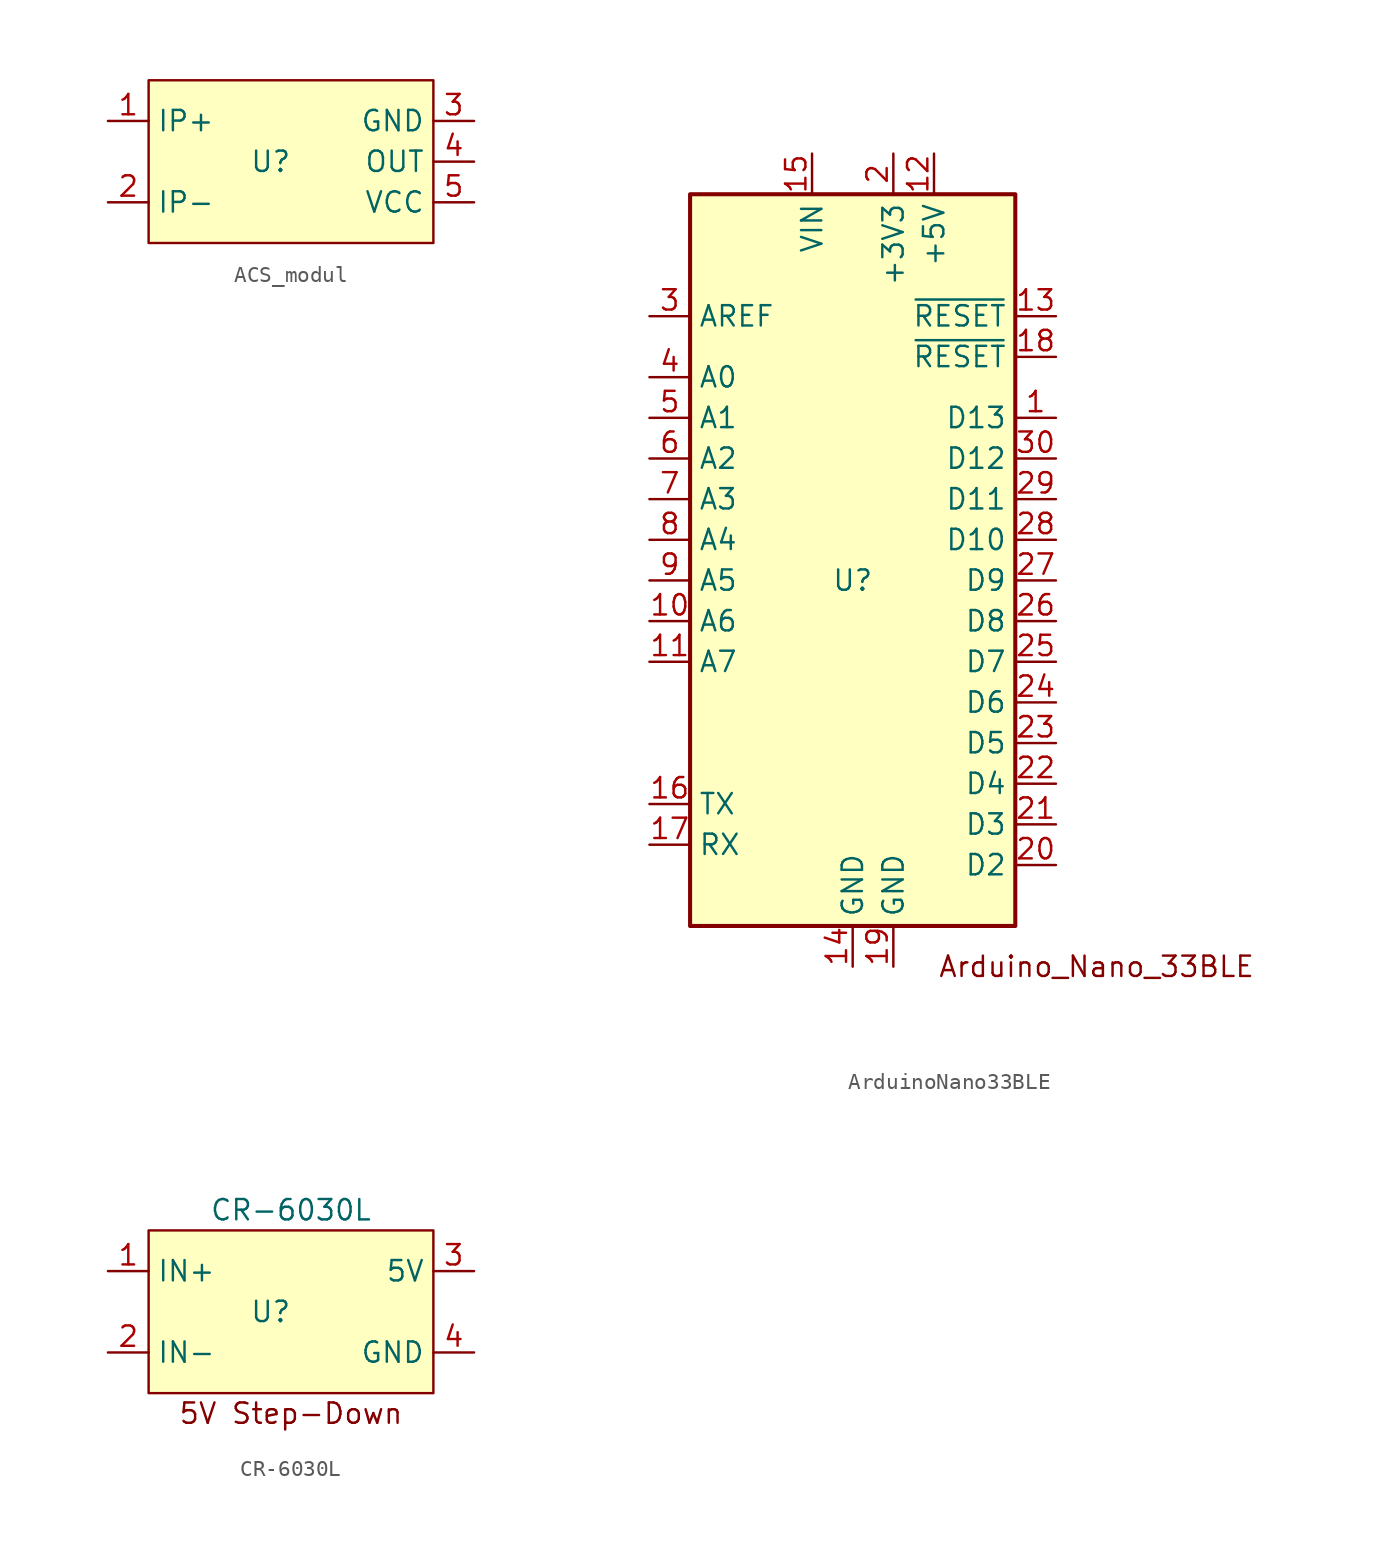
<source format=kicad_sym>
(kicad_symbol_lib
  (version 20220914)
  (generator kicad_symbol_editor)
  (symbol "ACS_modul"
    (property "Reference" "U"
      (at 0 0 0)
      (effects (font (size 1.27 1.27))))
    (property "Value" ""
      (at 0 0 0)
      (effects (font (size 1.27 1.27))))
    (symbol "ACS_modul_1_1"
      (rectangle (start -7.62 5.08) (end 10.16 -5.08) (stroke (width 0) (type default)) (fill (type background)))
      (pin bidirectional line (at -10.16 2.54 0) (length 2.54) (name "IP+" (effects (font (size 1.27 1.27)))) (number "1" (effects (font (size 1.27 1.27)))))
      (pin bidirectional line (at -10.16 -2.54 0) (length 2.54) (name "IP-" (effects (font (size 1.27 1.27)))) (number "2" (effects (font (size 1.27 1.27)))))
      (pin power_in line (at 12.7 2.54 180) (length 2.54) (name "GND" (effects (font (size 1.27 1.27)))) (number "3" (effects (font (size 1.27 1.27)))))
      (pin output line (at 12.7 0 180) (length 2.54) (name "OUT" (effects (font (size 1.27 1.27)))) (number "4" (effects (font (size 1.27 1.27)))))
      (pin power_in line (at 12.7 -2.54 180) (length 2.54) (name "VCC" (effects (font (size 1.27 1.27)))) (number "5" (effects (font (size 1.27 1.27)))))))
  (symbol "ArduinoNano33BLE"
    (property "Reference" "U"
      (at 0 -1.27 0)
      (effects (font (size 1.27 1.27))))
    (property "Value" ""
      (at 0 -1.27 0)
      (effects (font (size 1.27 1.27))))
    (symbol "ArduinoNano33BLE_0_1"
      (rectangle (start -10.16 22.86) (end 10.16 -22.86) (stroke (width 0.254) (type default)) (fill (type background))))
    (symbol "ArduinoNano33BLE_1_1"
      (text "Arduino_Nano_33BLE" (at 15.24 -25.4 0) (effects (font (size 1.27 1.27))))
      (pin bidirectional line (at 12.7 8.89 180) (length 2.54) (name "D13" (effects (font (size 1.27 1.27)))) (number "1" (effects (font (size 1.27 1.27)))))
      (pin input line (at -12.7 -3.81 0) (length 2.54) (name "A6" (effects (font (size 1.27 1.27)))) (number "10" (effects (font (size 1.27 1.27)))))
      (pin input line (at -12.7 -6.35 0) (length 2.54) (name "A7" (effects (font (size 1.27 1.27)))) (number "11" (effects (font (size 1.27 1.27)))))
      (pin power_in line (at 5.08 25.4 270) (length 2.54) (name "+5V" (effects (font (size 1.27 1.27)))) (number "12" (effects (font (size 1.27 1.27)))))
      (pin input line (at 12.7 15.24 180) (length 2.54) (name "~{RESET}" (effects (font (size 1.27 1.27)))) (number "13" (effects (font (size 1.27 1.27)))))
      (pin power_in line (at 0 -25.4 90) (length 2.54) (name "GND" (effects (font (size 1.27 1.27)))) (number "14" (effects (font (size 1.27 1.27)))))
      (pin power_in line (at -2.54 25.4 270) (length 2.54) (name "VIN" (effects (font (size 1.27 1.27)))) (number "15" (effects (font (size 1.27 1.27)))))
      (pin output line (at -12.7 -15.24 0) (length 2.54) (name "TX" (effects (font (size 1.27 1.27)))) (number "16" (effects (font (size 1.27 1.27)))))
      (pin input line (at -12.7 -17.78 0) (length 2.54) (name "RX" (effects (font (size 1.27 1.27)))) (number "17" (effects (font (size 1.27 1.27)))))
      (pin input line (at 12.7 12.7 180) (length 2.54) (name "~{RESET}" (effects (font (size 1.27 1.27)))) (number "18" (effects (font (size 1.27 1.27)))))
      (pin power_in line (at 2.54 -25.4 90) (length 2.54) (name "GND" (effects (font (size 1.27 1.27)))) (number "19" (effects (font (size 1.27 1.27)))))
      (pin power_out line (at 2.54 25.4 270) (length 2.54) (name "+3V3" (effects (font (size 1.27 1.27)))) (number "2" (effects (font (size 1.27 1.27)))))
      (pin bidirectional line (at 12.7 -19.05 180) (length 2.54) (name "D2" (effects (font (size 1.27 1.27)))) (number "20" (effects (font (size 1.27 1.27)))))
      (pin bidirectional line (at 12.7 -16.51 180) (length 2.54) (name "D3" (effects (font (size 1.27 1.27)))) (number "21" (effects (font (size 1.27 1.27)))))
      (pin bidirectional line (at 12.7 -13.97 180) (length 2.54) (name "D4" (effects (font (size 1.27 1.27)))) (number "22" (effects (font (size 1.27 1.27)))))
      (pin bidirectional line (at 12.7 -11.43 180) (length 2.54) (name "D5" (effects (font (size 1.27 1.27)))) (number "23" (effects (font (size 1.27 1.27)))))
      (pin bidirectional line (at 12.7 -8.89 180) (length 2.54) (name "D6" (effects (font (size 1.27 1.27)))) (number "24" (effects (font (size 1.27 1.27)))))
      (pin bidirectional line (at 12.7 -6.35 180) (length 2.54) (name "D7" (effects (font (size 1.27 1.27)))) (number "25" (effects (font (size 1.27 1.27)))))
      (pin bidirectional line (at 12.7 -3.81 180) (length 2.54) (name "D8" (effects (font (size 1.27 1.27)))) (number "26" (effects (font (size 1.27 1.27)))))
      (pin bidirectional line (at 12.7 -1.27 180) (length 2.54) (name "D9" (effects (font (size 1.27 1.27)))) (number "27" (effects (font (size 1.27 1.27)))))
      (pin bidirectional line (at 12.7 1.27 180) (length 2.54) (name "D10" (effects (font (size 1.27 1.27)))) (number "28" (effects (font (size 1.27 1.27)))))
      (pin bidirectional line (at 12.7 3.81 180) (length 2.54) (name "D11" (effects (font (size 1.27 1.27)))) (number "29" (effects (font (size 1.27 1.27)))))
      (pin output line (at -12.7 15.24 0) (length 2.54) (name "AREF" (effects (font (size 1.27 1.27)))) (number "3" (effects (font (size 1.27 1.27)))))
      (pin bidirectional line (at 12.7 6.35 180) (length 2.54) (name "D12" (effects (font (size 1.27 1.27)))) (number "30" (effects (font (size 1.27 1.27)))))
      (pin input line (at -12.7 11.43 0) (length 2.54) (name "A0" (effects (font (size 1.27 1.27)))) (number "4" (effects (font (size 1.27 1.27)))))
      (pin input line (at -12.7 8.89 0) (length 2.54) (name "A1" (effects (font (size 1.27 1.27)))) (number "5" (effects (font (size 1.27 1.27)))))
      (pin input line (at -12.7 6.35 0) (length 2.54) (name "A2" (effects (font (size 1.27 1.27)))) (number "6" (effects (font (size 1.27 1.27)))))
      (pin input line (at -12.7 3.81 0) (length 2.54) (name "A3" (effects (font (size 1.27 1.27)))) (number "7" (effects (font (size 1.27 1.27)))))
      (pin input line (at -12.7 1.27 0) (length 2.54) (name "A4" (effects (font (size 1.27 1.27)))) (number "8" (effects (font (size 1.27 1.27)))))
      (pin input line (at -12.7 -1.27 0) (length 2.54) (name "A5" (effects (font (size 1.27 1.27)))) (number "9" (effects (font (size 1.27 1.27)))))))
  (symbol "CR-6030L"
    (property "Reference" "U"
      (at 0 0 0)
      (effects (font (size 1.27 1.27))))
    (property "Value" "CR-6030L"
      (at 1.27 6.35 0)
      (effects (font (size 1.27 1.27))))
    (symbol "CR-6030L_1_1"
      (rectangle (start -7.62 5.08) (end 10.16 -5.08) (stroke (width 0) (type default)) (fill (type background)))
      (text "5V Step-Down" (at 1.27 -6.35 0) (effects (font (size 1.27 1.27))))
      (pin power_in line (at -10.16 2.54 0) (length 2.54) (name "IN+" (effects (font (size 1.27 1.27)))) (number "1" (effects (font (size 1.27 1.27)))))
      (pin power_in line (at -10.16 -2.54 0) (length 2.54) (name "IN-" (effects (font (size 1.27 1.27)))) (number "2" (effects (font (size 1.27 1.27)))))
      (pin power_in line (at 12.7 2.54 180) (length 2.54) (name "5V" (effects (font (size 1.27 1.27)))) (number "3" (effects (font (size 1.27 1.27)))))
      (pin power_in line (at 12.7 -2.54 180) (length 2.54) (name "GND" (effects (font (size 1.27 1.27)))) (number "4" (effects (font (size 1.27 1.27))))))))
</source>
